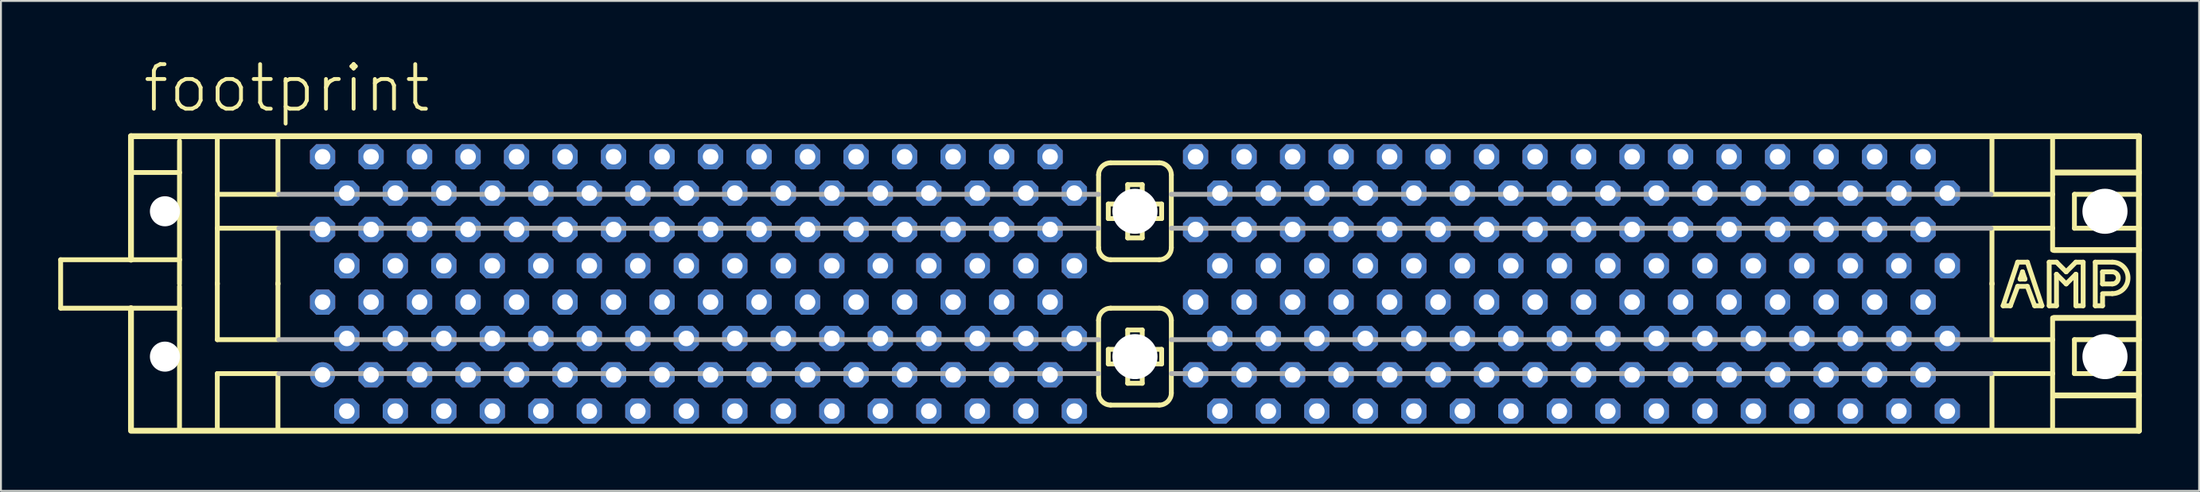
<source format=kicad_pcb>
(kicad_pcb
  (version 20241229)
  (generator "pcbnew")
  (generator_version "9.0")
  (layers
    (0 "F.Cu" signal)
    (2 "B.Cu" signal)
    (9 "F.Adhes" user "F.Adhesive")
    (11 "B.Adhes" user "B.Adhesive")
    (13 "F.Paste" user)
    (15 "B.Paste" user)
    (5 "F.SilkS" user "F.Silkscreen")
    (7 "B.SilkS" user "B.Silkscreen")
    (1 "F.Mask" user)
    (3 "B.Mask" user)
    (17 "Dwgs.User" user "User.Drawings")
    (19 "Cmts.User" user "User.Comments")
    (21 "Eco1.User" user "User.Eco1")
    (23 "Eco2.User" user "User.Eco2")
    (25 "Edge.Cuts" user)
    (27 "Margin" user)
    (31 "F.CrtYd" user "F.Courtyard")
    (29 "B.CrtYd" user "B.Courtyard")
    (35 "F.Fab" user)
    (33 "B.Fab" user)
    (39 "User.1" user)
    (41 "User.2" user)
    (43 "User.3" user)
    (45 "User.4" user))
  (footprint "footprint"
    (layer "F.Cu")
    (at 56.388 11.836)
    (property "Reference" "footprint" (at -52.07 -8.89 0) (layer "F.SilkS") (effects (font (size 2.337 2.337) (thickness 0.203)) (justify left bottom)))
    (fp_line (start -56.261 -1.27) (end -56.261 1.27) (stroke (width 0.254) (type solid)) (layer "F.SilkS"))
    (fp_line (start -56.261 1.27) (end -52.578 1.27) (stroke (width 0.254) (type solid)) (layer "F.SilkS"))
    (fp_line (start -52.578 -7.747) (end -52.578 -1.27) (stroke (width 0.305) (type solid)) (layer "F.SilkS"))
    (fp_line (start -52.578 -7.747) (end 52.578 -7.747) (stroke (width 0.305) (type solid)) (layer "F.SilkS"))
    (fp_line (start -52.578 -1.27) (end -56.261 -1.27) (stroke (width 0.254) (type solid)) (layer "F.SilkS"))
    (fp_line (start -52.578 -1.27) (end -50.038 -1.27) (stroke (width 0.254) (type solid)) (layer "F.SilkS"))
    (fp_line (start -52.578 1.27) (end -52.578 7.62) (stroke (width 0.305) (type solid)) (layer "F.SilkS"))
    (fp_line (start -52.578 1.27) (end -50.038 1.27) (stroke (width 0.254) (type solid)) (layer "F.SilkS"))
    (fp_line (start -52.451 -5.842) (end -50.038 -5.842) (stroke (width 0.254) (type solid)) (layer "F.SilkS"))
    (fp_line (start -50.038 -7.493) (end -50.038 -5.842) (stroke (width 0.254) (type solid)) (layer "F.SilkS"))
    (fp_line (start -50.038 -5.842) (end -50.038 -1.27) (stroke (width 0.254) (type solid)) (layer "F.SilkS"))
    (fp_line (start -50.038 -1.27) (end -50.038 0) (stroke (width 0.254) (type solid)) (layer "F.SilkS"))
    (fp_line (start -50.038 0.127) (end -50.038 1.27) (stroke (width 0.254) (type solid)) (layer "F.SilkS"))
    (fp_line (start -50.038 1.27) (end -50.038 7.62) (stroke (width 0.254) (type solid)) (layer "F.SilkS"))
    (fp_line (start -48.057 -7.671) (end -48.057 -4.699) (stroke (width 0.254) (type solid)) (layer "F.SilkS"))
    (fp_line (start -48.057 -4.699) (end -48.057 -2.921) (stroke (width 0.254) (type solid)) (layer "F.SilkS"))
    (fp_line (start -48.057 -4.699) (end -44.958 -4.699) (stroke (width 0.254) (type solid)) (layer "F.SilkS"))
    (fp_line (start -48.057 -2.921) (end -48.057 0) (stroke (width 0.254) (type solid)) (layer "F.SilkS"))
    (fp_line (start -48.057 -2.921) (end -44.958 -2.921) (stroke (width 0.254) (type solid)) (layer "F.SilkS"))
    (fp_line (start -48.057 -0.051) (end -48.057 0) (stroke (width 0.254) (type solid)) (layer "F.SilkS"))
    (fp_line (start -48.057 0) (end -48.057 2.921) (stroke (width 0.254) (type solid)) (layer "F.SilkS"))
    (fp_line (start -48.057 2.921) (end -44.958 2.921) (stroke (width 0.254) (type solid)) (layer "F.SilkS"))
    (fp_line (start -48.057 4.699) (end -48.057 7.62) (stroke (width 0.254) (type solid)) (layer "F.SilkS"))
    (fp_line (start -48.057 4.699) (end -44.958 4.699) (stroke (width 0.254) (type solid)) (layer "F.SilkS"))
    (fp_line (start -44.882 -7.671) (end -44.882 -4.699) (stroke (width 0.254) (type solid)) (layer "F.SilkS"))
    (fp_line (start -44.882 -2.921) (end -44.882 0) (stroke (width 0.254) (type solid)) (layer "F.SilkS"))
    (fp_line (start -44.882 -0.051) (end -44.882 0) (stroke (width 0.254) (type solid)) (layer "F.SilkS"))
    (fp_line (start -44.882 0) (end -44.882 2.921) (stroke (width 0.254) (type solid)) (layer "F.SilkS"))
    (fp_line (start -44.882 4.699) (end -44.882 7.62) (stroke (width 0.254) (type solid)) (layer "F.SilkS"))
    (fp_line (start -1.905 -5.715) (end -1.905 -1.905) (stroke (width 0.254) (type solid)) (layer "F.SilkS"))
    (fp_line (start -1.905 1.905) (end -1.905 5.715) (stroke (width 0.254) (type solid)) (layer "F.SilkS"))
    (fp_line (start -1.397 -4.191) (end -1.397 -3.429) (stroke (width 0.254) (type solid)) (layer "F.SilkS"))
    (fp_line (start -1.397 -3.429) (end -0.381 -3.429) (stroke (width 0.254) (type solid)) (layer "F.SilkS"))
    (fp_line (start -1.397 3.429) (end -1.397 4.191) (stroke (width 0.254) (type solid)) (layer "F.SilkS"))
    (fp_line (start -1.397 4.191) (end -0.381 4.191) (stroke (width 0.254) (type solid)) (layer "F.SilkS"))
    (fp_line (start -1.27 -1.27) (end 1.27 -1.27) (stroke (width 0.254) (type solid)) (layer "F.SilkS"))
    (fp_line (start -1.27 6.35) (end 1.27 6.35) (stroke (width 0.254) (type solid)) (layer "F.SilkS"))
    (fp_line (start -0.381 -5.207) (end -0.381 -4.191) (stroke (width 0.254) (type solid)) (layer "F.SilkS"))
    (fp_line (start -0.381 -4.191) (end -1.397 -4.191) (stroke (width 0.254) (type solid)) (layer "F.SilkS"))
    (fp_line (start -0.381 -3.429) (end -0.381 -2.413) (stroke (width 0.254) (type solid)) (layer "F.SilkS"))
    (fp_line (start -0.381 -2.413) (end 0.381 -2.413) (stroke (width 0.254) (type solid)) (layer "F.SilkS"))
    (fp_line (start -0.381 2.413) (end -0.381 3.429) (stroke (width 0.254) (type solid)) (layer "F.SilkS"))
    (fp_line (start -0.381 3.429) (end -1.397 3.429) (stroke (width 0.254) (type solid)) (layer "F.SilkS"))
    (fp_line (start -0.381 4.191) (end -0.381 5.207) (stroke (width 0.254) (type solid)) (layer "F.SilkS"))
    (fp_line (start -0.381 5.207) (end 0.381 5.207) (stroke (width 0.254) (type solid)) (layer "F.SilkS"))
    (fp_line (start 0.381 -5.207) (end -0.381 -5.207) (stroke (width 0.254) (type solid)) (layer "F.SilkS"))
    (fp_line (start 0.381 -4.191) (end 0.381 -5.207) (stroke (width 0.254) (type solid)) (layer "F.SilkS"))
    (fp_line (start 0.381 -3.429) (end 1.397 -3.429) (stroke (width 0.254) (type solid)) (layer "F.SilkS"))
    (fp_line (start 0.381 -2.413) (end 0.381 -3.429) (stroke (width 0.254) (type solid)) (layer "F.SilkS"))
    (fp_line (start 0.381 2.413) (end -0.381 2.413) (stroke (width 0.254) (type solid)) (layer "F.SilkS"))
    (fp_line (start 0.381 3.429) (end 0.381 2.413) (stroke (width 0.254) (type solid)) (layer "F.SilkS"))
    (fp_line (start 0.381 4.191) (end 1.397 4.191) (stroke (width 0.254) (type solid)) (layer "F.SilkS"))
    (fp_line (start 0.381 5.207) (end 0.381 4.191) (stroke (width 0.254) (type solid)) (layer "F.SilkS"))
    (fp_line (start 1.27 -6.35) (end -1.27 -6.35) (stroke (width 0.254) (type solid)) (layer "F.SilkS"))
    (fp_line (start 1.27 1.27) (end -1.27 1.27) (stroke (width 0.254) (type solid)) (layer "F.SilkS"))
    (fp_line (start 1.397 -4.191) (end 0.381 -4.191) (stroke (width 0.254) (type solid)) (layer "F.SilkS"))
    (fp_line (start 1.397 -3.429) (end 1.397 -4.191) (stroke (width 0.254) (type solid)) (layer "F.SilkS"))
    (fp_line (start 1.397 3.429) (end 0.381 3.429) (stroke (width 0.254) (type solid)) (layer "F.SilkS"))
    (fp_line (start 1.397 4.191) (end 1.397 3.429) (stroke (width 0.254) (type solid)) (layer "F.SilkS"))
    (fp_line (start 1.905 -1.905) (end 1.905 -5.715) (stroke (width 0.254) (type solid)) (layer "F.SilkS"))
    (fp_line (start 1.905 5.715) (end 1.905 1.905) (stroke (width 0.254) (type solid)) (layer "F.SilkS"))
    (fp_line (start 44.882 -7.671) (end 44.882 -4.699) (stroke (width 0.254) (type solid)) (layer "F.SilkS"))
    (fp_line (start 44.882 -2.921) (end 44.882 0) (stroke (width 0.254) (type solid)) (layer "F.SilkS"))
    (fp_line (start 44.882 -0.051) (end 44.882 0) (stroke (width 0.254) (type solid)) (layer "F.SilkS"))
    (fp_line (start 44.882 0) (end 44.882 2.921) (stroke (width 0.254) (type solid)) (layer "F.SilkS"))
    (fp_line (start 44.882 4.699) (end 44.882 7.62) (stroke (width 0.254) (type solid)) (layer "F.SilkS"))
    (fp_line (start 45.466 1.143) (end 46.228 -1.143) (stroke (width 0.254) (type solid)) (layer "F.SilkS"))
    (fp_line (start 45.847 1.143) (end 45.466 1.143) (stroke (width 0.254) (type solid)) (layer "F.SilkS"))
    (fp_line (start 46.228 -1.143) (end 46.736 -1.143) (stroke (width 0.254) (type solid)) (layer "F.SilkS"))
    (fp_line (start 46.228 0.127) (end 45.847 1.143) (stroke (width 0.254) (type solid)) (layer "F.SilkS"))
    (fp_line (start 46.355 -0.254) (end 46.609 -0.254) (stroke (width 0.254) (type solid)) (layer "F.SilkS"))
    (fp_line (start 46.482 -0.635) (end 46.355 -0.254) (stroke (width 0.254) (type solid)) (layer "F.SilkS"))
    (fp_line (start 46.609 -0.254) (end 46.482 -0.635) (stroke (width 0.254) (type solid)) (layer "F.SilkS"))
    (fp_line (start 46.736 -1.143) (end 47.498 1.143) (stroke (width 0.254) (type solid)) (layer "F.SilkS"))
    (fp_line (start 46.736 0.127) (end 46.228 0.127) (stroke (width 0.254) (type solid)) (layer "F.SilkS"))
    (fp_line (start 47.117 1.143) (end 46.736 0.127) (stroke (width 0.254) (type solid)) (layer "F.SilkS"))
    (fp_line (start 47.498 1.143) (end 47.117 1.143) (stroke (width 0.254) (type solid)) (layer "F.SilkS"))
    (fp_line (start 47.879 -1.143) (end 48.26 -1.143) (stroke (width 0.254) (type solid)) (layer "F.SilkS"))
    (fp_line (start 47.879 1.143) (end 47.879 -1.143) (stroke (width 0.254) (type solid)) (layer "F.SilkS"))
    (fp_line (start 48.057 -7.671) (end 48.057 -4.699) (stroke (width 0.254) (type solid)) (layer "F.SilkS"))
    (fp_line (start 48.057 -4.699) (end 44.958 -4.699) (stroke (width 0.254) (type solid)) (layer "F.SilkS"))
    (fp_line (start 48.057 -4.699) (end 48.057 -2.921) (stroke (width 0.254) (type solid)) (layer "F.SilkS"))
    (fp_line (start 48.057 -2.921) (end 44.958 -2.921) (stroke (width 0.254) (type solid)) (layer "F.SilkS"))
    (fp_line (start 48.057 -2.921) (end 48.057 -1.778) (stroke (width 0.254) (type solid)) (layer "F.SilkS"))
    (fp_line (start 48.057 1.778) (end 48.057 2.921) (stroke (width 0.254) (type solid)) (layer "F.SilkS"))
    (fp_line (start 48.057 2.921) (end 44.958 2.921) (stroke (width 0.254) (type solid)) (layer "F.SilkS"))
    (fp_line (start 48.057 2.921) (end 48.057 4.699) (stroke (width 0.254) (type solid)) (layer "F.SilkS"))
    (fp_line (start 48.057 4.699) (end 44.958 4.699) (stroke (width 0.254) (type solid)) (layer "F.SilkS"))
    (fp_line (start 48.057 4.699) (end 48.057 7.62) (stroke (width 0.254) (type solid)) (layer "F.SilkS"))
    (fp_line (start 48.26 -1.143) (end 48.768 -0.635) (stroke (width 0.254) (type solid)) (layer "F.SilkS"))
    (fp_line (start 48.26 -0.508) (end 48.26 1.143) (stroke (width 0.254) (type solid)) (layer "F.SilkS"))
    (fp_line (start 48.26 1.143) (end 47.879 1.143) (stroke (width 0.254) (type solid)) (layer "F.SilkS"))
    (fp_line (start 48.768 -0.635) (end 49.276 -1.143) (stroke (width 0.254) (type solid)) (layer "F.SilkS"))
    (fp_line (start 48.768 0) (end 48.26 -0.508) (stroke (width 0.254) (type solid)) (layer "F.SilkS"))
    (fp_line (start 49.2 -4.699) (end 49.2 -2.921) (stroke (width 0.254) (type solid)) (layer "F.SilkS"))
    (fp_line (start 49.2 2.921) (end 49.2 4.699) (stroke (width 0.254) (type solid)) (layer "F.SilkS"))
    (fp_line (start 49.276 -1.143) (end 49.657 -1.143) (stroke (width 0.254) (type solid)) (layer "F.SilkS"))
    (fp_line (start 49.276 -0.508) (end 48.768 0) (stroke (width 0.254) (type solid)) (layer "F.SilkS"))
    (fp_line (start 49.276 1.143) (end 49.276 -0.508) (stroke (width 0.254) (type solid)) (layer "F.SilkS"))
    (fp_line (start 49.657 -1.143) (end 49.657 1.143) (stroke (width 0.254) (type solid)) (layer "F.SilkS"))
    (fp_line (start 49.657 1.143) (end 49.276 1.143) (stroke (width 0.254) (type solid)) (layer "F.SilkS"))
    (fp_line (start 50.292 -1.143) (end 51.181 -1.143) (stroke (width 0.254) (type solid)) (layer "F.SilkS"))
    (fp_line (start 50.292 1.143) (end 50.292 -1.143) (stroke (width 0.254) (type solid)) (layer "F.SilkS"))
    (fp_line (start 50.292 1.143) (end 50.673 1.143) (stroke (width 0.254) (type solid)) (layer "F.SilkS"))
    (fp_line (start 50.673 -0.635) (end 51.181 -0.635) (stroke (width 0.254) (type solid)) (layer "F.SilkS"))
    (fp_line (start 50.673 0) (end 50.673 -0.635) (stroke (width 0.254) (type solid)) (layer "F.SilkS"))
    (fp_line (start 50.673 0.508) (end 51.181 0.508) (stroke (width 0.254) (type solid)) (layer "F.SilkS"))
    (fp_line (start 50.673 1.143) (end 50.673 0.635) (stroke (width 0.254) (type solid)) (layer "F.SilkS"))
    (fp_line (start 51.181 0) (end 50.673 0) (stroke (width 0.254) (type solid)) (layer "F.SilkS"))
    (fp_line (start 52.578 -7.747) (end 52.578 -5.842) (stroke (width 0.305) (type solid)) (layer "F.SilkS"))
    (fp_line (start 52.578 -5.842) (end 48.133 -5.842) (stroke (width 0.305) (type solid)) (layer "F.SilkS"))
    (fp_line (start 52.578 -5.842) (end 52.578 -4.699) (stroke (width 0.305) (type solid)) (layer "F.SilkS"))
    (fp_line (start 52.578 -4.699) (end 49.2 -4.699) (stroke (width 0.254) (type solid)) (layer "F.SilkS"))
    (fp_line (start 52.578 -4.699) (end 52.578 -2.921) (stroke (width 0.305) (type solid)) (layer "F.SilkS"))
    (fp_line (start 52.578 -2.921) (end 49.2 -2.921) (stroke (width 0.254) (type solid)) (layer "F.SilkS"))
    (fp_line (start 52.578 -2.921) (end 52.578 -1.778) (stroke (width 0.305) (type solid)) (layer "F.SilkS"))
    (fp_line (start 52.578 -1.778) (end 48.133 -1.778) (stroke (width 0.305) (type solid)) (layer "F.SilkS"))
    (fp_line (start 52.578 -1.778) (end 52.578 1.778) (stroke (width 0.305) (type solid)) (layer "F.SilkS"))
    (fp_line (start 52.578 1.778) (end 48.133 1.778) (stroke (width 0.305) (type solid)) (layer "F.SilkS"))
    (fp_line (start 52.578 1.778) (end 52.578 2.921) (stroke (width 0.305) (type solid)) (layer "F.SilkS"))
    (fp_line (start 52.578 2.921) (end 49.2 2.921) (stroke (width 0.254) (type solid)) (layer "F.SilkS"))
    (fp_line (start 52.578 2.921) (end 52.578 4.699) (stroke (width 0.305) (type solid)) (layer "F.SilkS"))
    (fp_line (start 52.578 4.699) (end 49.2 4.699) (stroke (width 0.254) (type solid)) (layer "F.SilkS"))
    (fp_line (start 52.578 4.699) (end 52.578 5.842) (stroke (width 0.305) (type solid)) (layer "F.SilkS"))
    (fp_line (start 52.578 5.842) (end 48.133 5.842) (stroke (width 0.305) (type solid)) (layer "F.SilkS"))
    (fp_line (start 52.578 5.842) (end 52.578 7.696) (stroke (width 0.305) (type solid)) (layer "F.SilkS"))
    (fp_line (start 52.578 7.696) (end -52.578 7.696) (stroke (width 0.305) (type solid)) (layer "F.SilkS"))
    (fp_arc (start -1.905 -5.715) (mid -1.719013 -6.164013) (end -1.27 -6.35) (stroke (width 0.254) (type solid)) (layer "F.SilkS"))
    (fp_arc (start -1.905 1.905) (mid -1.719013 1.455987) (end -1.27 1.27) (stroke (width 0.254) (type solid)) (layer "F.SilkS"))
    (fp_arc (start -1.27 -1.27) (mid -1.719013 -1.455987) (end -1.905 -1.905) (stroke (width 0.254) (type solid)) (layer "F.SilkS"))
    (fp_arc (start -1.27 6.35) (mid -1.719013 6.164013) (end -1.905 5.715) (stroke (width 0.254) (type solid)) (layer "F.SilkS"))
    (fp_arc (start 1.27 -6.35) (mid 1.719013 -6.164013) (end 1.905 -5.715) (stroke (width 0.254) (type solid)) (layer "F.SilkS"))
    (fp_arc (start 1.27 1.27) (mid 1.719013 1.455987) (end 1.905 1.905) (stroke (width 0.254) (type solid)) (layer "F.SilkS"))
    (fp_arc (start 1.905 -1.905) (mid 1.719013 -1.455987) (end 1.27 -1.27) (stroke (width 0.254) (type solid)) (layer "F.SilkS"))
    (fp_arc (start 1.905 5.715) (mid 1.719013 6.164013) (end 1.27 6.35) (stroke (width 0.254) (type solid)) (layer "F.SilkS"))
    (fp_arc (start 51.181 -1.143) (mid 52.0065 -0.3175) (end 51.181 0.508) (stroke (width 0.254) (type solid)) (layer "F.SilkS"))
    (fp_arc (start 51.181 -0.635) (mid 51.4985 -0.3175) (end 51.181 0) (stroke (width 0.254) (type solid)) (layer "F.SilkS"))
    (fp_line (start -44.831 -4.699) (end -1.905 -4.699) (stroke (width 0.254) (type solid)) (layer "F.Fab"))
    (fp_line (start -44.831 -2.921) (end -1.905 -2.921) (stroke (width 0.254) (type solid)) (layer "F.Fab"))
    (fp_line (start -44.831 2.921) (end -1.905 2.921) (stroke (width 0.254) (type solid)) (layer "F.Fab"))
    (fp_line (start -44.831 4.699) (end -1.905 4.699) (stroke (width 0.254) (type solid)) (layer "F.Fab"))
    (fp_line (start 1.905 -4.699) (end 44.831 -4.699) (stroke (width 0.254) (type solid)) (layer "F.Fab"))
    (fp_line (start 1.905 -2.921) (end 44.831 -2.921) (stroke (width 0.254) (type solid)) (layer "F.Fab"))
    (fp_line (start 1.905 2.921) (end 44.831 2.921) (stroke (width 0.254) (type solid)) (layer "F.Fab"))
    (fp_line (start 1.905 4.699) (end 44.831 4.699) (stroke (width 0.254) (type solid)) (layer "F.Fab"))
    (pad "" np_thru_hole circle (at -50.8 -3.81) (size 1.575 1.575) (drill 1.575) (layers "*.Cu" "*.Mask"))
    (pad "" np_thru_hole circle (at -50.8 3.81) (size 1.575 1.575) (drill 1.575) (layers "*.Cu" "*.Mask"))
    (pad "" np_thru_hole circle (at 0 -3.81) (size 2.362 2.362) (drill 2.362) (layers "*.Cu" "*.Mask"))
    (pad "" np_thru_hole circle (at 0 3.81) (size 2.362 2.362) (drill 2.362) (layers "*.Cu" "*.Mask"))
    (pad "" np_thru_hole circle (at 50.8 -3.81) (size 2.362 2.362) (drill 2.362) (layers "*.Cu" "*.Mask"))
    (pad "" np_thru_hole circle (at 50.8 3.81) (size 2.362 2.362) (drill 2.362) (layers "*.Cu" "*.Mask"))
    (pad "1" thru_hole circle (at -42.545 4.763) (size 1.321 1.321) (drill 0.813) (layers "*.Cu" "*.Mask"))
    (pad "2" thru_hole roundrect (at -41.275 6.668) (size 1.321 1.321) (drill 0.813) (layers "*.Cu" "*.Mask") (roundrect_rratio 0.25) (chamfer_ratio 0.25) (chamfer top_left top_right bottom_left bottom_right))
    (pad "3" thru_hole roundrect (at -40.005 4.763) (size 1.321 1.321) (drill 0.813) (layers "*.Cu" "*.Mask") (roundrect_rratio 0.25) (chamfer_ratio 0.25) (chamfer top_left top_right bottom_left bottom_right))
    (pad "4" thru_hole roundrect (at -38.735 6.668) (size 1.321 1.321) (drill 0.813) (layers "*.Cu" "*.Mask") (roundrect_rratio 0.25) (chamfer_ratio 0.25) (chamfer top_left top_right bottom_left bottom_right))
    (pad "5" thru_hole roundrect (at -37.465 4.763) (size 1.321 1.321) (drill 0.813) (layers "*.Cu" "*.Mask") (roundrect_rratio 0.25) (chamfer_ratio 0.25) (chamfer top_left top_right bottom_left bottom_right))
    (pad "6" thru_hole roundrect (at -36.195 6.668) (size 1.321 1.321) (drill 0.813) (layers "*.Cu" "*.Mask") (roundrect_rratio 0.25) (chamfer_ratio 0.25) (chamfer top_left top_right bottom_left bottom_right))
    (pad "7" thru_hole roundrect (at -34.925 4.763) (size 1.321 1.321) (drill 0.813) (layers "*.Cu" "*.Mask") (roundrect_rratio 0.25) (chamfer_ratio 0.25) (chamfer top_left top_right bottom_left bottom_right))
    (pad "8" thru_hole roundrect (at -33.655 6.668) (size 1.321 1.321) (drill 0.813) (layers "*.Cu" "*.Mask") (roundrect_rratio 0.25) (chamfer_ratio 0.25) (chamfer top_left top_right bottom_left bottom_right))
    (pad "9" thru_hole roundrect (at -32.385 4.763) (size 1.321 1.321) (drill 0.813) (layers "*.Cu" "*.Mask") (roundrect_rratio 0.25) (chamfer_ratio 0.25) (chamfer top_left top_right bottom_left bottom_right))
    (pad "10" thru_hole roundrect (at -31.115 6.668) (size 1.321 1.321) (drill 0.813) (layers "*.Cu" "*.Mask") (roundrect_rratio 0.25) (chamfer_ratio 0.25) (chamfer top_left top_right bottom_left bottom_right))
    (pad "11" thru_hole roundrect (at -29.845 4.763) (size 1.321 1.321) (drill 0.813) (layers "*.Cu" "*.Mask") (roundrect_rratio 0.25) (chamfer_ratio 0.25) (chamfer top_left top_right bottom_left bottom_right))
    (pad "12" thru_hole roundrect (at -28.575 6.668) (size 1.321 1.321) (drill 0.813) (layers "*.Cu" "*.Mask") (roundrect_rratio 0.25) (chamfer_ratio 0.25) (chamfer top_left top_right bottom_left bottom_right))
    (pad "13" thru_hole roundrect (at -27.305 4.763) (size 1.321 1.321) (drill 0.813) (layers "*.Cu" "*.Mask") (roundrect_rratio 0.25) (chamfer_ratio 0.25) (chamfer top_left top_right bottom_left bottom_right))
    (pad "14" thru_hole roundrect (at -26.035 6.668) (size 1.321 1.321) (drill 0.813) (layers "*.Cu" "*.Mask") (roundrect_rratio 0.25) (chamfer_ratio 0.25) (chamfer top_left top_right bottom_left bottom_right))
    (pad "15" thru_hole roundrect (at -24.765 4.763) (size 1.321 1.321) (drill 0.813) (layers "*.Cu" "*.Mask") (roundrect_rratio 0.25) (chamfer_ratio 0.25) (chamfer top_left top_right bottom_left bottom_right))
    (pad "16" thru_hole roundrect (at -23.495 6.668) (size 1.321 1.321) (drill 0.813) (layers "*.Cu" "*.Mask") (roundrect_rratio 0.25) (chamfer_ratio 0.25) (chamfer top_left top_right bottom_left bottom_right))
    (pad "17" thru_hole roundrect (at -22.225 4.763) (size 1.321 1.321) (drill 0.813) (layers "*.Cu" "*.Mask") (roundrect_rratio 0.25) (chamfer_ratio 0.25) (chamfer top_left top_right bottom_left bottom_right))
    (pad "18" thru_hole roundrect (at -20.955 6.668) (size 1.321 1.321) (drill 0.813) (layers "*.Cu" "*.Mask") (roundrect_rratio 0.25) (chamfer_ratio 0.25) (chamfer top_left top_right bottom_left bottom_right))
    (pad "19" thru_hole roundrect (at -19.685 4.763) (size 1.321 1.321) (drill 0.813) (layers "*.Cu" "*.Mask") (roundrect_rratio 0.25) (chamfer_ratio 0.25) (chamfer top_left top_right bottom_left bottom_right))
    (pad "20" thru_hole roundrect (at -18.415 6.668) (size 1.321 1.321) (drill 0.813) (layers "*.Cu" "*.Mask") (roundrect_rratio 0.25) (chamfer_ratio 0.25) (chamfer top_left top_right bottom_left bottom_right))
    (pad "21" thru_hole roundrect (at -17.145 4.763) (size 1.321 1.321) (drill 0.813) (layers "*.Cu" "*.Mask") (roundrect_rratio 0.25) (chamfer_ratio 0.25) (chamfer top_left top_right bottom_left bottom_right))
    (pad "22" thru_hole roundrect (at -15.875 6.668) (size 1.321 1.321) (drill 0.813) (layers "*.Cu" "*.Mask") (roundrect_rratio 0.25) (chamfer_ratio 0.25) (chamfer top_left top_right bottom_left bottom_right))
    (pad "23" thru_hole roundrect (at -14.605 4.763) (size 1.321 1.321) (drill 0.813) (layers "*.Cu" "*.Mask") (roundrect_rratio 0.25) (chamfer_ratio 0.25) (chamfer top_left top_right bottom_left bottom_right))
    (pad "24" thru_hole roundrect (at -13.335 6.668) (size 1.321 1.321) (drill 0.813) (layers "*.Cu" "*.Mask") (roundrect_rratio 0.25) (chamfer_ratio 0.25) (chamfer top_left top_right bottom_left bottom_right))
    (pad "25" thru_hole roundrect (at -12.065 4.763) (size 1.321 1.321) (drill 0.813) (layers "*.Cu" "*.Mask") (roundrect_rratio 0.25) (chamfer_ratio 0.25) (chamfer top_left top_right bottom_left bottom_right))
    (pad "26" thru_hole roundrect (at -10.795 6.668) (size 1.321 1.321) (drill 0.813) (layers "*.Cu" "*.Mask") (roundrect_rratio 0.25) (chamfer_ratio 0.25) (chamfer top_left top_right bottom_left bottom_right))
    (pad "27" thru_hole roundrect (at -9.525 4.763) (size 1.321 1.321) (drill 0.813) (layers "*.Cu" "*.Mask") (roundrect_rratio 0.25) (chamfer_ratio 0.25) (chamfer top_left top_right bottom_left bottom_right))
    (pad "28" thru_hole roundrect (at -8.255 6.668) (size 1.321 1.321) (drill 0.813) (layers "*.Cu" "*.Mask") (roundrect_rratio 0.25) (chamfer_ratio 0.25) (chamfer top_left top_right bottom_left bottom_right))
    (pad "29" thru_hole roundrect (at -6.985 4.763) (size 1.321 1.321) (drill 0.813) (layers "*.Cu" "*.Mask") (roundrect_rratio 0.25) (chamfer_ratio 0.25) (chamfer top_left top_right bottom_left bottom_right))
    (pad "30" thru_hole roundrect (at -5.715 6.668) (size 1.321 1.321) (drill 0.813) (layers "*.Cu" "*.Mask") (roundrect_rratio 0.25) (chamfer_ratio 0.25) (chamfer top_left top_right bottom_left bottom_right))
    (pad "31" thru_hole roundrect (at -4.445 4.763) (size 1.321 1.321) (drill 0.813) (layers "*.Cu" "*.Mask") (roundrect_rratio 0.25) (chamfer_ratio 0.25) (chamfer top_left top_right bottom_left bottom_right))
    (pad "32" thru_hole roundrect (at -3.175 6.668) (size 1.321 1.321) (drill 0.813) (layers "*.Cu" "*.Mask") (roundrect_rratio 0.25) (chamfer_ratio 0.25) (chamfer top_left top_right bottom_left bottom_right))
    (pad "33" thru_hole roundrect (at 3.175 4.763) (size 1.321 1.321) (drill 0.813) (layers "*.Cu" "*.Mask") (roundrect_rratio 0.25) (chamfer_ratio 0.25) (chamfer top_left top_right bottom_left bottom_right))
    (pad "34" thru_hole roundrect (at 4.445 6.668) (size 1.321 1.321) (drill 0.813) (layers "*.Cu" "*.Mask") (roundrect_rratio 0.25) (chamfer_ratio 0.25) (chamfer top_left top_right bottom_left bottom_right))
    (pad "35" thru_hole roundrect (at 5.715 4.763) (size 1.321 1.321) (drill 0.813) (layers "*.Cu" "*.Mask") (roundrect_rratio 0.25) (chamfer_ratio 0.25) (chamfer top_left top_right bottom_left bottom_right))
    (pad "36" thru_hole roundrect (at 6.985 6.668) (size 1.321 1.321) (drill 0.813) (layers "*.Cu" "*.Mask") (roundrect_rratio 0.25) (chamfer_ratio 0.25) (chamfer top_left top_right bottom_left bottom_right))
    (pad "37" thru_hole roundrect (at 8.255 4.763) (size 1.321 1.321) (drill 0.813) (layers "*.Cu" "*.Mask") (roundrect_rratio 0.25) (chamfer_ratio 0.25) (chamfer top_left top_right bottom_left bottom_right))
    (pad "38" thru_hole roundrect (at 9.525 6.668) (size 1.321 1.321) (drill 0.813) (layers "*.Cu" "*.Mask") (roundrect_rratio 0.25) (chamfer_ratio 0.25) (chamfer top_left top_right bottom_left bottom_right))
    (pad "39" thru_hole roundrect (at 10.795 4.763) (size 1.321 1.321) (drill 0.813) (layers "*.Cu" "*.Mask") (roundrect_rratio 0.25) (chamfer_ratio 0.25) (chamfer top_left top_right bottom_left bottom_right))
    (pad "40" thru_hole roundrect (at 12.065 6.668) (size 1.321 1.321) (drill 0.813) (layers "*.Cu" "*.Mask") (roundrect_rratio 0.25) (chamfer_ratio 0.25) (chamfer top_left top_right bottom_left bottom_right))
    (pad "41" thru_hole roundrect (at 13.335 4.763) (size 1.321 1.321) (drill 0.813) (layers "*.Cu" "*.Mask") (roundrect_rratio 0.25) (chamfer_ratio 0.25) (chamfer top_left top_right bottom_left bottom_right))
    (pad "42" thru_hole roundrect (at 14.605 6.668) (size 1.321 1.321) (drill 0.813) (layers "*.Cu" "*.Mask") (roundrect_rratio 0.25) (chamfer_ratio 0.25) (chamfer top_left top_right bottom_left bottom_right))
    (pad "43" thru_hole roundrect (at 15.875 4.763) (size 1.321 1.321) (drill 0.813) (layers "*.Cu" "*.Mask") (roundrect_rratio 0.25) (chamfer_ratio 0.25) (chamfer top_left top_right bottom_left bottom_right))
    (pad "44" thru_hole roundrect (at 17.145 6.668) (size 1.321 1.321) (drill 0.813) (layers "*.Cu" "*.Mask") (roundrect_rratio 0.25) (chamfer_ratio 0.25) (chamfer top_left top_right bottom_left bottom_right))
    (pad "45" thru_hole roundrect (at 18.415 4.763) (size 1.321 1.321) (drill 0.813) (layers "*.Cu" "*.Mask") (roundrect_rratio 0.25) (chamfer_ratio 0.25) (chamfer top_left top_right bottom_left bottom_right))
    (pad "46" thru_hole roundrect (at 19.685 6.668) (size 1.321 1.321) (drill 0.813) (layers "*.Cu" "*.Mask") (roundrect_rratio 0.25) (chamfer_ratio 0.25) (chamfer top_left top_right bottom_left bottom_right))
    (pad "47" thru_hole roundrect (at 20.955 4.763) (size 1.321 1.321) (drill 0.813) (layers "*.Cu" "*.Mask") (roundrect_rratio 0.25) (chamfer_ratio 0.25) (chamfer top_left top_right bottom_left bottom_right))
    (pad "48" thru_hole roundrect (at 22.225 6.668) (size 1.321 1.321) (drill 0.813) (layers "*.Cu" "*.Mask") (roundrect_rratio 0.25) (chamfer_ratio 0.25) (chamfer top_left top_right bottom_left bottom_right))
    (pad "49" thru_hole roundrect (at 23.495 4.763) (size 1.321 1.321) (drill 0.813) (layers "*.Cu" "*.Mask") (roundrect_rratio 0.25) (chamfer_ratio 0.25) (chamfer top_left top_right bottom_left bottom_right))
    (pad "50" thru_hole roundrect (at 24.765 6.668) (size 1.321 1.321) (drill 0.813) (layers "*.Cu" "*.Mask") (roundrect_rratio 0.25) (chamfer_ratio 0.25) (chamfer top_left top_right bottom_left bottom_right))
    (pad "51" thru_hole roundrect (at 26.035 4.763) (size 1.321 1.321) (drill 0.813) (layers "*.Cu" "*.Mask") (roundrect_rratio 0.25) (chamfer_ratio 0.25) (chamfer top_left top_right bottom_left bottom_right))
    (pad "52" thru_hole roundrect (at 27.305 6.668) (size 1.321 1.321) (drill 0.813) (layers "*.Cu" "*.Mask") (roundrect_rratio 0.25) (chamfer_ratio 0.25) (chamfer top_left top_right bottom_left bottom_right))
    (pad "53" thru_hole roundrect (at 28.575 4.763) (size 1.321 1.321) (drill 0.813) (layers "*.Cu" "*.Mask") (roundrect_rratio 0.25) (chamfer_ratio 0.25) (chamfer top_left top_right bottom_left bottom_right))
    (pad "54" thru_hole roundrect (at 29.845 6.668) (size 1.321 1.321) (drill 0.813) (layers "*.Cu" "*.Mask") (roundrect_rratio 0.25) (chamfer_ratio 0.25) (chamfer top_left top_right bottom_left bottom_right))
    (pad "55" thru_hole roundrect (at 31.115 4.763) (size 1.321 1.321) (drill 0.813) (layers "*.Cu" "*.Mask") (roundrect_rratio 0.25) (chamfer_ratio 0.25) (chamfer top_left top_right bottom_left bottom_right))
    (pad "56" thru_hole roundrect (at 32.385 6.668) (size 1.321 1.321) (drill 0.813) (layers "*.Cu" "*.Mask") (roundrect_rratio 0.25) (chamfer_ratio 0.25) (chamfer top_left top_right bottom_left bottom_right))
    (pad "57" thru_hole roundrect (at 33.655 4.763) (size 1.321 1.321) (drill 0.813) (layers "*.Cu" "*.Mask") (roundrect_rratio 0.25) (chamfer_ratio 0.25) (chamfer top_left top_right bottom_left bottom_right))
    (pad "58" thru_hole roundrect (at 34.925 6.668) (size 1.321 1.321) (drill 0.813) (layers "*.Cu" "*.Mask") (roundrect_rratio 0.25) (chamfer_ratio 0.25) (chamfer top_left top_right bottom_left bottom_right))
    (pad "59" thru_hole roundrect (at 36.195 4.763) (size 1.321 1.321) (drill 0.813) (layers "*.Cu" "*.Mask") (roundrect_rratio 0.25) (chamfer_ratio 0.25) (chamfer top_left top_right bottom_left bottom_right))
    (pad "60" thru_hole roundrect (at 37.465 6.668) (size 1.321 1.321) (drill 0.813) (layers "*.Cu" "*.Mask") (roundrect_rratio 0.25) (chamfer_ratio 0.25) (chamfer top_left top_right bottom_left bottom_right))
    (pad "61" thru_hole roundrect (at 38.735 4.763) (size 1.321 1.321) (drill 0.813) (layers "*.Cu" "*.Mask") (roundrect_rratio 0.25) (chamfer_ratio 0.25) (chamfer top_left top_right bottom_left bottom_right))
    (pad "62" thru_hole roundrect (at 40.005 6.668) (size 1.321 1.321) (drill 0.813) (layers "*.Cu" "*.Mask") (roundrect_rratio 0.25) (chamfer_ratio 0.25) (chamfer top_left top_right bottom_left bottom_right))
    (pad "63" thru_hole roundrect (at 41.275 4.763) (size 1.321 1.321) (drill 0.813) (layers "*.Cu" "*.Mask") (roundrect_rratio 0.25) (chamfer_ratio 0.25) (chamfer top_left top_right bottom_left bottom_right))
    (pad "64" thru_hole roundrect (at 42.545 6.668) (size 1.321 1.321) (drill 0.813) (layers "*.Cu" "*.Mask") (roundrect_rratio 0.25) (chamfer_ratio 0.25) (chamfer top_left top_right bottom_left bottom_right))
    (pad "65" thru_hole roundrect (at -42.545 0.953) (size 1.321 1.321) (drill 0.813) (layers "*.Cu" "*.Mask") (roundrect_rratio 0.25) (chamfer_ratio 0.25) (chamfer top_left top_right bottom_left bottom_right))
    (pad "66" thru_hole roundrect (at -41.275 2.857) (size 1.321 1.321) (drill 0.813) (layers "*.Cu" "*.Mask") (roundrect_rratio 0.25) (chamfer_ratio 0.25) (chamfer top_left top_right bottom_left bottom_right))
    (pad "67" thru_hole roundrect (at -40.005 0.953) (size 1.321 1.321) (drill 0.813) (layers "*.Cu" "*.Mask") (roundrect_rratio 0.25) (chamfer_ratio 0.25) (chamfer top_left top_right bottom_left bottom_right))
    (pad "68" thru_hole roundrect (at -38.735 2.857) (size 1.321 1.321) (drill 0.813) (layers "*.Cu" "*.Mask") (roundrect_rratio 0.25) (chamfer_ratio 0.25) (chamfer top_left top_right bottom_left bottom_right))
    (pad "69" thru_hole roundrect (at -37.465 0.953) (size 1.321 1.321) (drill 0.813) (layers "*.Cu" "*.Mask") (roundrect_rratio 0.25) (chamfer_ratio 0.25) (chamfer top_left top_right bottom_left bottom_right))
    (pad "70" thru_hole roundrect (at -36.195 2.857) (size 1.321 1.321) (drill 0.813) (layers "*.Cu" "*.Mask") (roundrect_rratio 0.25) (chamfer_ratio 0.25) (chamfer top_left top_right bottom_left bottom_right))
    (pad "71" thru_hole roundrect (at -34.925 0.953) (size 1.321 1.321) (drill 0.813) (layers "*.Cu" "*.Mask") (roundrect_rratio 0.25) (chamfer_ratio 0.25) (chamfer top_left top_right bottom_left bottom_right))
    (pad "72" thru_hole roundrect (at -33.655 2.857) (size 1.321 1.321) (drill 0.813) (layers "*.Cu" "*.Mask") (roundrect_rratio 0.25) (chamfer_ratio 0.25) (chamfer top_left top_right bottom_left bottom_right))
    (pad "73" thru_hole roundrect (at -32.385 0.953) (size 1.321 1.321) (drill 0.813) (layers "*.Cu" "*.Mask") (roundrect_rratio 0.25) (chamfer_ratio 0.25) (chamfer top_left top_right bottom_left bottom_right))
    (pad "74" thru_hole roundrect (at -31.115 2.857) (size 1.321 1.321) (drill 0.813) (layers "*.Cu" "*.Mask") (roundrect_rratio 0.25) (chamfer_ratio 0.25) (chamfer top_left top_right bottom_left bottom_right))
    (pad "75" thru_hole roundrect (at -29.845 0.953) (size 1.321 1.321) (drill 0.813) (layers "*.Cu" "*.Mask") (roundrect_rratio 0.25) (chamfer_ratio 0.25) (chamfer top_left top_right bottom_left bottom_right))
    (pad "76" thru_hole roundrect (at -28.575 2.857) (size 1.321 1.321) (drill 0.813) (layers "*.Cu" "*.Mask") (roundrect_rratio 0.25) (chamfer_ratio 0.25) (chamfer top_left top_right bottom_left bottom_right))
    (pad "77" thru_hole roundrect (at -27.305 0.953) (size 1.321 1.321) (drill 0.813) (layers "*.Cu" "*.Mask") (roundrect_rratio 0.25) (chamfer_ratio 0.25) (chamfer top_left top_right bottom_left bottom_right))
    (pad "78" thru_hole roundrect (at -26.035 2.857) (size 1.321 1.321) (drill 0.813) (layers "*.Cu" "*.Mask") (roundrect_rratio 0.25) (chamfer_ratio 0.25) (chamfer top_left top_right bottom_left bottom_right))
    (pad "79" thru_hole roundrect (at -24.765 0.953) (size 1.321 1.321) (drill 0.813) (layers "*.Cu" "*.Mask") (roundrect_rratio 0.25) (chamfer_ratio 0.25) (chamfer top_left top_right bottom_left bottom_right))
    (pad "80" thru_hole roundrect (at -23.495 2.857) (size 1.321 1.321) (drill 0.813) (layers "*.Cu" "*.Mask") (roundrect_rratio 0.25) (chamfer_ratio 0.25) (chamfer top_left top_right bottom_left bottom_right))
    (pad "81" thru_hole roundrect (at -22.225 0.953) (size 1.321 1.321) (drill 0.813) (layers "*.Cu" "*.Mask") (roundrect_rratio 0.25) (chamfer_ratio 0.25) (chamfer top_left top_right bottom_left bottom_right))
    (pad "82" thru_hole roundrect (at -20.955 2.857) (size 1.321 1.321) (drill 0.813) (layers "*.Cu" "*.Mask") (roundrect_rratio 0.25) (chamfer_ratio 0.25) (chamfer top_left top_right bottom_left bottom_right))
    (pad "83" thru_hole roundrect (at -19.685 0.953) (size 1.321 1.321) (drill 0.813) (layers "*.Cu" "*.Mask") (roundrect_rratio 0.25) (chamfer_ratio 0.25) (chamfer top_left top_right bottom_left bottom_right))
    (pad "84" thru_hole roundrect (at -18.415 2.857) (size 1.321 1.321) (drill 0.813) (layers "*.Cu" "*.Mask") (roundrect_rratio 0.25) (chamfer_ratio 0.25) (chamfer top_left top_right bottom_left bottom_right))
    (pad "85" thru_hole roundrect (at -17.145 0.953) (size 1.321 1.321) (drill 0.813) (layers "*.Cu" "*.Mask") (roundrect_rratio 0.25) (chamfer_ratio 0.25) (chamfer top_left top_right bottom_left bottom_right))
    (pad "86" thru_hole roundrect (at -15.875 2.857) (size 1.321 1.321) (drill 0.813) (layers "*.Cu" "*.Mask") (roundrect_rratio 0.25) (chamfer_ratio 0.25) (chamfer top_left top_right bottom_left bottom_right))
    (pad "87" thru_hole roundrect (at -14.605 0.953) (size 1.321 1.321) (drill 0.813) (layers "*.Cu" "*.Mask") (roundrect_rratio 0.25) (chamfer_ratio 0.25) (chamfer top_left top_right bottom_left bottom_right))
    (pad "88" thru_hole roundrect (at -13.335 2.857) (size 1.321 1.321) (drill 0.813) (layers "*.Cu" "*.Mask") (roundrect_rratio 0.25) (chamfer_ratio 0.25) (chamfer top_left top_right bottom_left bottom_right))
    (pad "89" thru_hole roundrect (at -12.065 0.953) (size 1.321 1.321) (drill 0.813) (layers "*.Cu" "*.Mask") (roundrect_rratio 0.25) (chamfer_ratio 0.25) (chamfer top_left top_right bottom_left bottom_right))
    (pad "90" thru_hole roundrect (at -10.795 2.857) (size 1.321 1.321) (drill 0.813) (layers "*.Cu" "*.Mask") (roundrect_rratio 0.25) (chamfer_ratio 0.25) (chamfer top_left top_right bottom_left bottom_right))
    (pad "91" thru_hole roundrect (at -9.525 0.953) (size 1.321 1.321) (drill 0.813) (layers "*.Cu" "*.Mask") (roundrect_rratio 0.25) (chamfer_ratio 0.25) (chamfer top_left top_right bottom_left bottom_right))
    (pad "92" thru_hole roundrect (at -8.255 2.857) (size 1.321 1.321) (drill 0.813) (layers "*.Cu" "*.Mask") (roundrect_rratio 0.25) (chamfer_ratio 0.25) (chamfer top_left top_right bottom_left bottom_right))
    (pad "93" thru_hole roundrect (at -6.985 0.953) (size 1.321 1.321) (drill 0.813) (layers "*.Cu" "*.Mask") (roundrect_rratio 0.25) (chamfer_ratio 0.25) (chamfer top_left top_right bottom_left bottom_right))
    (pad "94" thru_hole roundrect (at -5.715 2.857) (size 1.321 1.321) (drill 0.813) (layers "*.Cu" "*.Mask") (roundrect_rratio 0.25) (chamfer_ratio 0.25) (chamfer top_left top_right bottom_left bottom_right))
    (pad "95" thru_hole roundrect (at -4.445 0.953) (size 1.321 1.321) (drill 0.813) (layers "*.Cu" "*.Mask") (roundrect_rratio 0.25) (chamfer_ratio 0.25) (chamfer top_left top_right bottom_left bottom_right))
    (pad "96" thru_hole roundrect (at -3.175 2.857) (size 1.321 1.321) (drill 0.813) (layers "*.Cu" "*.Mask") (roundrect_rratio 0.25) (chamfer_ratio 0.25) (chamfer top_left top_right bottom_left bottom_right))
    (pad "97" thru_hole roundrect (at 3.175 0.953) (size 1.321 1.321) (drill 0.813) (layers "*.Cu" "*.Mask") (roundrect_rratio 0.25) (chamfer_ratio 0.25) (chamfer top_left top_right bottom_left bottom_right))
    (pad "98" thru_hole roundrect (at 4.445 2.857) (size 1.321 1.321) (drill 0.813) (layers "*.Cu" "*.Mask") (roundrect_rratio 0.25) (chamfer_ratio 0.25) (chamfer top_left top_right bottom_left bottom_right))
    (pad "99" thru_hole roundrect (at 5.715 0.953) (size 1.321 1.321) (drill 0.813) (layers "*.Cu" "*.Mask") (roundrect_rratio 0.25) (chamfer_ratio 0.25) (chamfer top_left top_right bottom_left bottom_right))
    (pad "100" thru_hole roundrect (at 6.985 2.857) (size 1.321 1.321) (drill 0.813) (layers "*.Cu" "*.Mask") (roundrect_rratio 0.25) (chamfer_ratio 0.25) (chamfer top_left top_right bottom_left bottom_right))
    (pad "101" thru_hole roundrect (at 8.255 0.953) (size 1.321 1.321) (drill 0.813) (layers "*.Cu" "*.Mask") (roundrect_rratio 0.25) (chamfer_ratio 0.25) (chamfer top_left top_right bottom_left bottom_right))
    (pad "102" thru_hole roundrect (at 9.525 2.857) (size 1.321 1.321) (drill 0.813) (layers "*.Cu" "*.Mask") (roundrect_rratio 0.25) (chamfer_ratio 0.25) (chamfer top_left top_right bottom_left bottom_right))
    (pad "103" thru_hole roundrect (at 10.795 0.953) (size 1.321 1.321) (drill 0.813) (layers "*.Cu" "*.Mask") (roundrect_rratio 0.25) (chamfer_ratio 0.25) (chamfer top_left top_right bottom_left bottom_right))
    (pad "104" thru_hole roundrect (at 12.065 2.857) (size 1.321 1.321) (drill 0.813) (layers "*.Cu" "*.Mask") (roundrect_rratio 0.25) (chamfer_ratio 0.25) (chamfer top_left top_right bottom_left bottom_right))
    (pad "105" thru_hole roundrect (at 13.335 0.953) (size 1.321 1.321) (drill 0.813) (layers "*.Cu" "*.Mask") (roundrect_rratio 0.25) (chamfer_ratio 0.25) (chamfer top_left top_right bottom_left bottom_right))
    (pad "106" thru_hole roundrect (at 14.605 2.857) (size 1.321 1.321) (drill 0.813) (layers "*.Cu" "*.Mask") (roundrect_rratio 0.25) (chamfer_ratio 0.25) (chamfer top_left top_right bottom_left bottom_right))
    (pad "107" thru_hole roundrect (at 15.875 0.953) (size 1.321 1.321) (drill 0.813) (layers "*.Cu" "*.Mask") (roundrect_rratio 0.25) (chamfer_ratio 0.25) (chamfer top_left top_right bottom_left bottom_right))
    (pad "108" thru_hole roundrect (at 17.145 2.857) (size 1.321 1.321) (drill 0.813) (layers "*.Cu" "*.Mask") (roundrect_rratio 0.25) (chamfer_ratio 0.25) (chamfer top_left top_right bottom_left bottom_right))
    (pad "109" thru_hole roundrect (at 18.415 0.953) (size 1.321 1.321) (drill 0.813) (layers "*.Cu" "*.Mask") (roundrect_rratio 0.25) (chamfer_ratio 0.25) (chamfer top_left top_right bottom_left bottom_right))
    (pad "110" thru_hole roundrect (at 19.685 2.857) (size 1.321 1.321) (drill 0.813) (layers "*.Cu" "*.Mask") (roundrect_rratio 0.25) (chamfer_ratio 0.25) (chamfer top_left top_right bottom_left bottom_right))
    (pad "111" thru_hole roundrect (at 20.955 0.953) (size 1.321 1.321) (drill 0.813) (layers "*.Cu" "*.Mask") (roundrect_rratio 0.25) (chamfer_ratio 0.25) (chamfer top_left top_right bottom_left bottom_right))
    (pad "112" thru_hole roundrect (at 22.225 2.857) (size 1.321 1.321) (drill 0.813) (layers "*.Cu" "*.Mask") (roundrect_rratio 0.25) (chamfer_ratio 0.25) (chamfer top_left top_right bottom_left bottom_right))
    (pad "113" thru_hole roundrect (at 23.495 0.953) (size 1.321 1.321) (drill 0.813) (layers "*.Cu" "*.Mask") (roundrect_rratio 0.25) (chamfer_ratio 0.25) (chamfer top_left top_right bottom_left bottom_right))
    (pad "114" thru_hole roundrect (at 24.765 2.857) (size 1.321 1.321) (drill 0.813) (layers "*.Cu" "*.Mask") (roundrect_rratio 0.25) (chamfer_ratio 0.25) (chamfer top_left top_right bottom_left bottom_right))
    (pad "115" thru_hole roundrect (at 26.035 0.953) (size 1.321 1.321) (drill 0.813) (layers "*.Cu" "*.Mask") (roundrect_rratio 0.25) (chamfer_ratio 0.25) (chamfer top_left top_right bottom_left bottom_right))
    (pad "116" thru_hole roundrect (at 27.305 2.857) (size 1.321 1.321) (drill 0.813) (layers "*.Cu" "*.Mask") (roundrect_rratio 0.25) (chamfer_ratio 0.25) (chamfer top_left top_right bottom_left bottom_right))
    (pad "117" thru_hole roundrect (at 28.575 0.953) (size 1.321 1.321) (drill 0.813) (layers "*.Cu" "*.Mask") (roundrect_rratio 0.25) (chamfer_ratio 0.25) (chamfer top_left top_right bottom_left bottom_right))
    (pad "118" thru_hole roundrect (at 29.845 2.857) (size 1.321 1.321) (drill 0.813) (layers "*.Cu" "*.Mask") (roundrect_rratio 0.25) (chamfer_ratio 0.25) (chamfer top_left top_right bottom_left bottom_right))
    (pad "119" thru_hole roundrect (at 31.115 0.953) (size 1.321 1.321) (drill 0.813) (layers "*.Cu" "*.Mask") (roundrect_rratio 0.25) (chamfer_ratio 0.25) (chamfer top_left top_right bottom_left bottom_right))
    (pad "120" thru_hole roundrect (at 32.385 2.857) (size 1.321 1.321) (drill 0.813) (layers "*.Cu" "*.Mask") (roundrect_rratio 0.25) (chamfer_ratio 0.25) (chamfer top_left top_right bottom_left bottom_right))
    (pad "121" thru_hole roundrect (at 33.655 0.953) (size 1.321 1.321) (drill 0.813) (layers "*.Cu" "*.Mask") (roundrect_rratio 0.25) (chamfer_ratio 0.25) (chamfer top_left top_right bottom_left bottom_right))
    (pad "122" thru_hole roundrect (at 34.925 2.857) (size 1.321 1.321) (drill 0.813) (layers "*.Cu" "*.Mask") (roundrect_rratio 0.25) (chamfer_ratio 0.25) (chamfer top_left top_right bottom_left bottom_right))
    (pad "123" thru_hole roundrect (at 36.195 0.953) (size 1.321 1.321) (drill 0.813) (layers "*.Cu" "*.Mask") (roundrect_rratio 0.25) (chamfer_ratio 0.25) (chamfer top_left top_right bottom_left bottom_right))
    (pad "124" thru_hole roundrect (at 37.465 2.857) (size 1.321 1.321) (drill 0.813) (layers "*.Cu" "*.Mask") (roundrect_rratio 0.25) (chamfer_ratio 0.25) (chamfer top_left top_right bottom_left bottom_right))
    (pad "125" thru_hole roundrect (at 38.735 0.953) (size 1.321 1.321) (drill 0.813) (layers "*.Cu" "*.Mask") (roundrect_rratio 0.25) (chamfer_ratio 0.25) (chamfer top_left top_right bottom_left bottom_right))
    (pad "126" thru_hole roundrect (at 40.005 2.857) (size 1.321 1.321) (drill 0.813) (layers "*.Cu" "*.Mask") (roundrect_rratio 0.25) (chamfer_ratio 0.25) (chamfer top_left top_right bottom_left bottom_right))
    (pad "127" thru_hole roundrect (at 41.275 0.953) (size 1.321 1.321) (drill 0.813) (layers "*.Cu" "*.Mask") (roundrect_rratio 0.25) (chamfer_ratio 0.25) (chamfer top_left top_right bottom_left bottom_right))
    (pad "128" thru_hole roundrect (at 42.545 2.857) (size 1.321 1.321) (drill 0.813) (layers "*.Cu" "*.Mask") (roundrect_rratio 0.25) (chamfer_ratio 0.25) (chamfer top_left top_right bottom_left bottom_right))
    (pad "129" thru_hole roundrect (at -42.545 -2.857) (size 1.321 1.321) (drill 0.813) (layers "*.Cu" "*.Mask") (roundrect_rratio 0.25) (chamfer_ratio 0.25) (chamfer top_left top_right bottom_left bottom_right))
    (pad "130" thru_hole roundrect (at -41.275 -0.953) (size 1.321 1.321) (drill 0.813) (layers "*.Cu" "*.Mask") (roundrect_rratio 0.25) (chamfer_ratio 0.25) (chamfer top_left top_right bottom_left bottom_right))
    (pad "131" thru_hole roundrect (at -40.005 -2.857) (size 1.321 1.321) (drill 0.813) (layers "*.Cu" "*.Mask") (roundrect_rratio 0.25) (chamfer_ratio 0.25) (chamfer top_left top_right bottom_left bottom_right))
    (pad "132" thru_hole roundrect (at -38.735 -0.953) (size 1.321 1.321) (drill 0.813) (layers "*.Cu" "*.Mask") (roundrect_rratio 0.25) (chamfer_ratio 0.25) (chamfer top_left top_right bottom_left bottom_right))
    (pad "133" thru_hole roundrect (at -37.465 -2.857) (size 1.321 1.321) (drill 0.813) (layers "*.Cu" "*.Mask") (roundrect_rratio 0.25) (chamfer_ratio 0.25) (chamfer top_left top_right bottom_left bottom_right))
    (pad "134" thru_hole roundrect (at -36.195 -0.953) (size 1.321 1.321) (drill 0.813) (layers "*.Cu" "*.Mask") (roundrect_rratio 0.25) (chamfer_ratio 0.25) (chamfer top_left top_right bottom_left bottom_right))
    (pad "135" thru_hole roundrect (at -34.925 -2.857) (size 1.321 1.321) (drill 0.813) (layers "*.Cu" "*.Mask") (roundrect_rratio 0.25) (chamfer_ratio 0.25) (chamfer top_left top_right bottom_left bottom_right))
    (pad "136" thru_hole roundrect (at -33.655 -0.953) (size 1.321 1.321) (drill 0.813) (layers "*.Cu" "*.Mask") (roundrect_rratio 0.25) (chamfer_ratio 0.25) (chamfer top_left top_right bottom_left bottom_right))
    (pad "137" thru_hole roundrect (at -32.385 -2.857) (size 1.321 1.321) (drill 0.813) (layers "*.Cu" "*.Mask") (roundrect_rratio 0.25) (chamfer_ratio 0.25) (chamfer top_left top_right bottom_left bottom_right))
    (pad "138" thru_hole roundrect (at -31.115 -0.953) (size 1.321 1.321) (drill 0.813) (layers "*.Cu" "*.Mask") (roundrect_rratio 0.25) (chamfer_ratio 0.25) (chamfer top_left top_right bottom_left bottom_right))
    (pad "139" thru_hole roundrect (at -29.845 -2.857) (size 1.321 1.321) (drill 0.813) (layers "*.Cu" "*.Mask") (roundrect_rratio 0.25) (chamfer_ratio 0.25) (chamfer top_left top_right bottom_left bottom_right))
    (pad "140" thru_hole roundrect (at -28.575 -0.953) (size 1.321 1.321) (drill 0.813) (layers "*.Cu" "*.Mask") (roundrect_rratio 0.25) (chamfer_ratio 0.25) (chamfer top_left top_right bottom_left bottom_right))
    (pad "141" thru_hole roundrect (at -27.305 -2.857) (size 1.321 1.321) (drill 0.813) (layers "*.Cu" "*.Mask") (roundrect_rratio 0.25) (chamfer_ratio 0.25) (chamfer top_left top_right bottom_left bottom_right))
    (pad "142" thru_hole roundrect (at -26.035 -0.953) (size 1.321 1.321) (drill 0.813) (layers "*.Cu" "*.Mask") (roundrect_rratio 0.25) (chamfer_ratio 0.25) (chamfer top_left top_right bottom_left bottom_right))
    (pad "143" thru_hole roundrect (at -24.765 -2.857) (size 1.321 1.321) (drill 0.813) (layers "*.Cu" "*.Mask") (roundrect_rratio 0.25) (chamfer_ratio 0.25) (chamfer top_left top_right bottom_left bottom_right))
    (pad "144" thru_hole roundrect (at -23.495 -0.953) (size 1.321 1.321) (drill 0.813) (layers "*.Cu" "*.Mask") (roundrect_rratio 0.25) (chamfer_ratio 0.25) (chamfer top_left top_right bottom_left bottom_right))
    (pad "145" thru_hole roundrect (at -22.225 -2.857) (size 1.321 1.321) (drill 0.813) (layers "*.Cu" "*.Mask") (roundrect_rratio 0.25) (chamfer_ratio 0.25) (chamfer top_left top_right bottom_left bottom_right))
    (pad "146" thru_hole roundrect (at -20.955 -0.953) (size 1.321 1.321) (drill 0.813) (layers "*.Cu" "*.Mask") (roundrect_rratio 0.25) (chamfer_ratio 0.25) (chamfer top_left top_right bottom_left bottom_right))
    (pad "147" thru_hole roundrect (at -19.685 -2.857) (size 1.321 1.321) (drill 0.813) (layers "*.Cu" "*.Mask") (roundrect_rratio 0.25) (chamfer_ratio 0.25) (chamfer top_left top_right bottom_left bottom_right))
    (pad "148" thru_hole roundrect (at -18.415 -0.953) (size 1.321 1.321) (drill 0.813) (layers "*.Cu" "*.Mask") (roundrect_rratio 0.25) (chamfer_ratio 0.25) (chamfer top_left top_right bottom_left bottom_right))
    (pad "149" thru_hole roundrect (at -17.145 -2.857) (size 1.321 1.321) (drill 0.813) (layers "*.Cu" "*.Mask") (roundrect_rratio 0.25) (chamfer_ratio 0.25) (chamfer top_left top_right bottom_left bottom_right))
    (pad "150" thru_hole roundrect (at -15.875 -0.953) (size 1.321 1.321) (drill 0.813) (layers "*.Cu" "*.Mask") (roundrect_rratio 0.25) (chamfer_ratio 0.25) (chamfer top_left top_right bottom_left bottom_right))
    (pad "151" thru_hole roundrect (at -14.605 -2.857) (size 1.321 1.321) (drill 0.813) (layers "*.Cu" "*.Mask") (roundrect_rratio 0.25) (chamfer_ratio 0.25) (chamfer top_left top_right bottom_left bottom_right))
    (pad "152" thru_hole roundrect (at -13.335 -0.953) (size 1.321 1.321) (drill 0.813) (layers "*.Cu" "*.Mask") (roundrect_rratio 0.25) (chamfer_ratio 0.25) (chamfer top_left top_right bottom_left bottom_right))
    (pad "153" thru_hole roundrect (at -12.065 -2.857) (size 1.321 1.321) (drill 0.813) (layers "*.Cu" "*.Mask") (roundrect_rratio 0.25) (chamfer_ratio 0.25) (chamfer top_left top_right bottom_left bottom_right))
    (pad "154" thru_hole roundrect (at -10.795 -0.953) (size 1.321 1.321) (drill 0.813) (layers "*.Cu" "*.Mask") (roundrect_rratio 0.25) (chamfer_ratio 0.25) (chamfer top_left top_right bottom_left bottom_right))
    (pad "155" thru_hole roundrect (at -9.525 -2.857) (size 1.321 1.321) (drill 0.813) (layers "*.Cu" "*.Mask") (roundrect_rratio 0.25) (chamfer_ratio 0.25) (chamfer top_left top_right bottom_left bottom_right))
    (pad "156" thru_hole roundrect (at -8.255 -0.953) (size 1.321 1.321) (drill 0.813) (layers "*.Cu" "*.Mask") (roundrect_rratio 0.25) (chamfer_ratio 0.25) (chamfer top_left top_right bottom_left bottom_right))
    (pad "157" thru_hole roundrect (at -6.985 -2.857) (size 1.321 1.321) (drill 0.813) (layers "*.Cu" "*.Mask") (roundrect_rratio 0.25) (chamfer_ratio 0.25) (chamfer top_left top_right bottom_left bottom_right))
    (pad "158" thru_hole roundrect (at -5.715 -0.953) (size 1.321 1.321) (drill 0.813) (layers "*.Cu" "*.Mask") (roundrect_rratio 0.25) (chamfer_ratio 0.25) (chamfer top_left top_right bottom_left bottom_right))
    (pad "159" thru_hole roundrect (at -4.445 -2.857) (size 1.321 1.321) (drill 0.813) (layers "*.Cu" "*.Mask") (roundrect_rratio 0.25) (chamfer_ratio 0.25) (chamfer top_left top_right bottom_left bottom_right))
    (pad "160" thru_hole roundrect (at -3.175 -0.953) (size 1.321 1.321) (drill 0.813) (layers "*.Cu" "*.Mask") (roundrect_rratio 0.25) (chamfer_ratio 0.25) (chamfer top_left top_right bottom_left bottom_right))
    (pad "161" thru_hole roundrect (at 3.175 -2.857) (size 1.321 1.321) (drill 0.813) (layers "*.Cu" "*.Mask") (roundrect_rratio 0.25) (chamfer_ratio 0.25) (chamfer top_left top_right bottom_left bottom_right))
    (pad "162" thru_hole roundrect (at 4.445 -0.953) (size 1.321 1.321) (drill 0.813) (layers "*.Cu" "*.Mask") (roundrect_rratio 0.25) (chamfer_ratio 0.25) (chamfer top_left top_right bottom_left bottom_right))
    (pad "163" thru_hole roundrect (at 5.715 -2.857) (size 1.321 1.321) (drill 0.813) (layers "*.Cu" "*.Mask") (roundrect_rratio 0.25) (chamfer_ratio 0.25) (chamfer top_left top_right bottom_left bottom_right))
    (pad "164" thru_hole roundrect (at 6.985 -0.953) (size 1.321 1.321) (drill 0.813) (layers "*.Cu" "*.Mask") (roundrect_rratio 0.25) (chamfer_ratio 0.25) (chamfer top_left top_right bottom_left bottom_right))
    (pad "165" thru_hole roundrect (at 8.255 -2.857) (size 1.321 1.321) (drill 0.813) (layers "*.Cu" "*.Mask") (roundrect_rratio 0.25) (chamfer_ratio 0.25) (chamfer top_left top_right bottom_left bottom_right))
    (pad "166" thru_hole roundrect (at 9.525 -0.953) (size 1.321 1.321) (drill 0.813) (layers "*.Cu" "*.Mask") (roundrect_rratio 0.25) (chamfer_ratio 0.25) (chamfer top_left top_right bottom_left bottom_right))
    (pad "167" thru_hole roundrect (at 10.795 -2.857) (size 1.321 1.321) (drill 0.813) (layers "*.Cu" "*.Mask") (roundrect_rratio 0.25) (chamfer_ratio 0.25) (chamfer top_left top_right bottom_left bottom_right))
    (pad "168" thru_hole roundrect (at 12.065 -0.953) (size 1.321 1.321) (drill 0.813) (layers "*.Cu" "*.Mask") (roundrect_rratio 0.25) (chamfer_ratio 0.25) (chamfer top_left top_right bottom_left bottom_right))
    (pad "169" thru_hole roundrect (at 13.335 -2.857) (size 1.321 1.321) (drill 0.813) (layers "*.Cu" "*.Mask") (roundrect_rratio 0.25) (chamfer_ratio 0.25) (chamfer top_left top_right bottom_left bottom_right))
    (pad "170" thru_hole roundrect (at 14.605 -0.953) (size 1.321 1.321) (drill 0.813) (layers "*.Cu" "*.Mask") (roundrect_rratio 0.25) (chamfer_ratio 0.25) (chamfer top_left top_right bottom_left bottom_right))
    (pad "171" thru_hole roundrect (at 15.875 -2.857) (size 1.321 1.321) (drill 0.813) (layers "*.Cu" "*.Mask") (roundrect_rratio 0.25) (chamfer_ratio 0.25) (chamfer top_left top_right bottom_left bottom_right))
    (pad "172" thru_hole roundrect (at 17.145 -0.953) (size 1.321 1.321) (drill 0.813) (layers "*.Cu" "*.Mask") (roundrect_rratio 0.25) (chamfer_ratio 0.25) (chamfer top_left top_right bottom_left bottom_right))
    (pad "173" thru_hole roundrect (at 18.415 -2.857) (size 1.321 1.321) (drill 0.813) (layers "*.Cu" "*.Mask") (roundrect_rratio 0.25) (chamfer_ratio 0.25) (chamfer top_left top_right bottom_left bottom_right))
    (pad "174" thru_hole roundrect (at 19.685 -0.953) (size 1.321 1.321) (drill 0.813) (layers "*.Cu" "*.Mask") (roundrect_rratio 0.25) (chamfer_ratio 0.25) (chamfer top_left top_right bottom_left bottom_right))
    (pad "175" thru_hole roundrect (at 20.955 -2.857) (size 1.321 1.321) (drill 0.813) (layers "*.Cu" "*.Mask") (roundrect_rratio 0.25) (chamfer_ratio 0.25) (chamfer top_left top_right bottom_left bottom_right))
    (pad "176" thru_hole roundrect (at 22.225 -0.953) (size 1.321 1.321) (drill 0.813) (layers "*.Cu" "*.Mask") (roundrect_rratio 0.25) (chamfer_ratio 0.25) (chamfer top_left top_right bottom_left bottom_right))
    (pad "177" thru_hole roundrect (at 23.495 -2.857) (size 1.321 1.321) (drill 0.813) (layers "*.Cu" "*.Mask") (roundrect_rratio 0.25) (chamfer_ratio 0.25) (chamfer top_left top_right bottom_left bottom_right))
    (pad "178" thru_hole roundrect (at 24.765 -0.953) (size 1.321 1.321) (drill 0.813) (layers "*.Cu" "*.Mask") (roundrect_rratio 0.25) (chamfer_ratio 0.25) (chamfer top_left top_right bottom_left bottom_right))
    (pad "179" thru_hole roundrect (at 26.035 -2.857) (size 1.321 1.321) (drill 0.813) (layers "*.Cu" "*.Mask") (roundrect_rratio 0.25) (chamfer_ratio 0.25) (chamfer top_left top_right bottom_left bottom_right))
    (pad "180" thru_hole roundrect (at 27.305 -0.953) (size 1.321 1.321) (drill 0.813) (layers "*.Cu" "*.Mask") (roundrect_rratio 0.25) (chamfer_ratio 0.25) (chamfer top_left top_right bottom_left bottom_right))
    (pad "181" thru_hole roundrect (at 28.575 -2.857) (size 1.321 1.321) (drill 0.813) (layers "*.Cu" "*.Mask") (roundrect_rratio 0.25) (chamfer_ratio 0.25) (chamfer top_left top_right bottom_left bottom_right))
    (pad "182" thru_hole roundrect (at 29.845 -0.953) (size 1.321 1.321) (drill 0.813) (layers "*.Cu" "*.Mask") (roundrect_rratio 0.25) (chamfer_ratio 0.25) (chamfer top_left top_right bottom_left bottom_right))
    (pad "183" thru_hole roundrect (at 31.115 -2.857) (size 1.321 1.321) (drill 0.813) (layers "*.Cu" "*.Mask") (roundrect_rratio 0.25) (chamfer_ratio 0.25) (chamfer top_left top_right bottom_left bottom_right))
    (pad "184" thru_hole roundrect (at 32.385 -0.953) (size 1.321 1.321) (drill 0.813) (layers "*.Cu" "*.Mask") (roundrect_rratio 0.25) (chamfer_ratio 0.25) (chamfer top_left top_right bottom_left bottom_right))
    (pad "185" thru_hole roundrect (at 33.655 -2.857) (size 1.321 1.321) (drill 0.813) (layers "*.Cu" "*.Mask") (roundrect_rratio 0.25) (chamfer_ratio 0.25) (chamfer top_left top_right bottom_left bottom_right))
    (pad "186" thru_hole roundrect (at 34.925 -0.953) (size 1.321 1.321) (drill 0.813) (layers "*.Cu" "*.Mask") (roundrect_rratio 0.25) (chamfer_ratio 0.25) (chamfer top_left top_right bottom_left bottom_right))
    (pad "187" thru_hole roundrect (at 36.195 -2.857) (size 1.321 1.321) (drill 0.813) (layers "*.Cu" "*.Mask") (roundrect_rratio 0.25) (chamfer_ratio 0.25) (chamfer top_left top_right bottom_left bottom_right))
    (pad "188" thru_hole roundrect (at 37.465 -0.953) (size 1.321 1.321) (drill 0.813) (layers "*.Cu" "*.Mask") (roundrect_rratio 0.25) (chamfer_ratio 0.25) (chamfer top_left top_right bottom_left bottom_right))
    (pad "189" thru_hole roundrect (at 38.735 -2.857) (size 1.321 1.321) (drill 0.813) (layers "*.Cu" "*.Mask") (roundrect_rratio 0.25) (chamfer_ratio 0.25) (chamfer top_left top_right bottom_left bottom_right))
    (pad "190" thru_hole roundrect (at 40.005 -0.953) (size 1.321 1.321) (drill 0.813) (layers "*.Cu" "*.Mask") (roundrect_rratio 0.25) (chamfer_ratio 0.25) (chamfer top_left top_right bottom_left bottom_right))
    (pad "191" thru_hole roundrect (at 41.275 -2.857) (size 1.321 1.321) (drill 0.813) (layers "*.Cu" "*.Mask") (roundrect_rratio 0.25) (chamfer_ratio 0.25) (chamfer top_left top_right bottom_left bottom_right))
    (pad "192" thru_hole roundrect (at 42.545 -0.953) (size 1.321 1.321) (drill 0.813) (layers "*.Cu" "*.Mask") (roundrect_rratio 0.25) (chamfer_ratio 0.25) (chamfer top_left top_right bottom_left bottom_right))
    (pad "193" thru_hole roundrect (at -42.545 -6.668) (size 1.321 1.321) (drill 0.813) (layers "*.Cu" "*.Mask") (roundrect_rratio 0.25) (chamfer_ratio 0.25) (chamfer top_left top_right bottom_left bottom_right))
    (pad "194" thru_hole roundrect (at -41.275 -4.763) (size 1.321 1.321) (drill 0.813) (layers "*.Cu" "*.Mask") (roundrect_rratio 0.25) (chamfer_ratio 0.25) (chamfer top_left top_right bottom_left bottom_right))
    (pad "195" thru_hole roundrect (at -40.005 -6.668) (size 1.321 1.321) (drill 0.813) (layers "*.Cu" "*.Mask") (roundrect_rratio 0.25) (chamfer_ratio 0.25) (chamfer top_left top_right bottom_left bottom_right))
    (pad "196" thru_hole roundrect (at -38.735 -4.763) (size 1.321 1.321) (drill 0.813) (layers "*.Cu" "*.Mask") (roundrect_rratio 0.25) (chamfer_ratio 0.25) (chamfer top_left top_right bottom_left bottom_right))
    (pad "197" thru_hole roundrect (at -37.465 -6.668) (size 1.321 1.321) (drill 0.813) (layers "*.Cu" "*.Mask") (roundrect_rratio 0.25) (chamfer_ratio 0.25) (chamfer top_left top_right bottom_left bottom_right))
    (pad "198" thru_hole roundrect (at -36.195 -4.763) (size 1.321 1.321) (drill 0.813) (layers "*.Cu" "*.Mask") (roundrect_rratio 0.25) (chamfer_ratio 0.25) (chamfer top_left top_right bottom_left bottom_right))
    (pad "199" thru_hole roundrect (at -34.925 -6.668) (size 1.321 1.321) (drill 0.813) (layers "*.Cu" "*.Mask") (roundrect_rratio 0.25) (chamfer_ratio 0.25) (chamfer top_left top_right bottom_left bottom_right))
    (pad "200" thru_hole roundrect (at -33.655 -4.763) (size 1.321 1.321) (drill 0.813) (layers "*.Cu" "*.Mask") (roundrect_rratio 0.25) (chamfer_ratio 0.25) (chamfer top_left top_right bottom_left bottom_right))
    (pad "201" thru_hole roundrect (at -32.385 -6.668) (size 1.321 1.321) (drill 0.813) (layers "*.Cu" "*.Mask") (roundrect_rratio 0.25) (chamfer_ratio 0.25) (chamfer top_left top_right bottom_left bottom_right))
    (pad "202" thru_hole roundrect (at -31.115 -4.763) (size 1.321 1.321) (drill 0.813) (layers "*.Cu" "*.Mask") (roundrect_rratio 0.25) (chamfer_ratio 0.25) (chamfer top_left top_right bottom_left bottom_right))
    (pad "203" thru_hole roundrect (at -29.845 -6.668) (size 1.321 1.321) (drill 0.813) (layers "*.Cu" "*.Mask") (roundrect_rratio 0.25) (chamfer_ratio 0.25) (chamfer top_left top_right bottom_left bottom_right))
    (pad "204" thru_hole roundrect (at -28.575 -4.763) (size 1.321 1.321) (drill 0.813) (layers "*.Cu" "*.Mask") (roundrect_rratio 0.25) (chamfer_ratio 0.25) (chamfer top_left top_right bottom_left bottom_right))
    (pad "205" thru_hole roundrect (at -27.305 -6.668) (size 1.321 1.321) (drill 0.813) (layers "*.Cu" "*.Mask") (roundrect_rratio 0.25) (chamfer_ratio 0.25) (chamfer top_left top_right bottom_left bottom_right))
    (pad "206" thru_hole roundrect (at -26.035 -4.763) (size 1.321 1.321) (drill 0.813) (layers "*.Cu" "*.Mask") (roundrect_rratio 0.25) (chamfer_ratio 0.25) (chamfer top_left top_right bottom_left bottom_right))
    (pad "207" thru_hole roundrect (at -24.765 -6.668) (size 1.321 1.321) (drill 0.813) (layers "*.Cu" "*.Mask") (roundrect_rratio 0.25) (chamfer_ratio 0.25) (chamfer top_left top_right bottom_left bottom_right))
    (pad "208" thru_hole roundrect (at -23.495 -4.763) (size 1.321 1.321) (drill 0.813) (layers "*.Cu" "*.Mask") (roundrect_rratio 0.25) (chamfer_ratio 0.25) (chamfer top_left top_right bottom_left bottom_right))
    (pad "209" thru_hole roundrect (at -22.225 -6.668) (size 1.321 1.321) (drill 0.813) (layers "*.Cu" "*.Mask") (roundrect_rratio 0.25) (chamfer_ratio 0.25) (chamfer top_left top_right bottom_left bottom_right))
    (pad "210" thru_hole roundrect (at -20.955 -4.763) (size 1.321 1.321) (drill 0.813) (layers "*.Cu" "*.Mask") (roundrect_rratio 0.25) (chamfer_ratio 0.25) (chamfer top_left top_right bottom_left bottom_right))
    (pad "211" thru_hole roundrect (at -19.685 -6.668) (size 1.321 1.321) (drill 0.813) (layers "*.Cu" "*.Mask") (roundrect_rratio 0.25) (chamfer_ratio 0.25) (chamfer top_left top_right bottom_left bottom_right))
    (pad "212" thru_hole roundrect (at -18.415 -4.763) (size 1.321 1.321) (drill 0.813) (layers "*.Cu" "*.Mask") (roundrect_rratio 0.25) (chamfer_ratio 0.25) (chamfer top_left top_right bottom_left bottom_right))
    (pad "213" thru_hole roundrect (at -17.145 -6.668) (size 1.321 1.321) (drill 0.813) (layers "*.Cu" "*.Mask") (roundrect_rratio 0.25) (chamfer_ratio 0.25) (chamfer top_left top_right bottom_left bottom_right))
    (pad "214" thru_hole roundrect (at -15.875 -4.763) (size 1.321 1.321) (drill 0.813) (layers "*.Cu" "*.Mask") (roundrect_rratio 0.25) (chamfer_ratio 0.25) (chamfer top_left top_right bottom_left bottom_right))
    (pad "215" thru_hole roundrect (at -14.605 -6.668) (size 1.321 1.321) (drill 0.813) (layers "*.Cu" "*.Mask") (roundrect_rratio 0.25) (chamfer_ratio 0.25) (chamfer top_left top_right bottom_left bottom_right))
    (pad "216" thru_hole roundrect (at -13.335 -4.763) (size 1.321 1.321) (drill 0.813) (layers "*.Cu" "*.Mask") (roundrect_rratio 0.25) (chamfer_ratio 0.25) (chamfer top_left top_right bottom_left bottom_right))
    (pad "217" thru_hole roundrect (at -12.065 -6.668) (size 1.321 1.321) (drill 0.813) (layers "*.Cu" "*.Mask") (roundrect_rratio 0.25) (chamfer_ratio 0.25) (chamfer top_left top_right bottom_left bottom_right))
    (pad "218" thru_hole roundrect (at -10.795 -4.763) (size 1.321 1.321) (drill 0.813) (layers "*.Cu" "*.Mask") (roundrect_rratio 0.25) (chamfer_ratio 0.25) (chamfer top_left top_right bottom_left bottom_right))
    (pad "219" thru_hole roundrect (at -9.525 -6.668) (size 1.321 1.321) (drill 0.813) (layers "*.Cu" "*.Mask") (roundrect_rratio 0.25) (chamfer_ratio 0.25) (chamfer top_left top_right bottom_left bottom_right))
    (pad "220" thru_hole roundrect (at -8.255 -4.763) (size 1.321 1.321) (drill 0.813) (layers "*.Cu" "*.Mask") (roundrect_rratio 0.25) (chamfer_ratio 0.25) (chamfer top_left top_right bottom_left bottom_right))
    (pad "221" thru_hole roundrect (at -6.985 -6.668) (size 1.321 1.321) (drill 0.813) (layers "*.Cu" "*.Mask") (roundrect_rratio 0.25) (chamfer_ratio 0.25) (chamfer top_left top_right bottom_left bottom_right))
    (pad "222" thru_hole roundrect (at -5.715 -4.763) (size 1.321 1.321) (drill 0.813) (layers "*.Cu" "*.Mask") (roundrect_rratio 0.25) (chamfer_ratio 0.25) (chamfer top_left top_right bottom_left bottom_right))
    (pad "223" thru_hole roundrect (at -4.445 -6.668) (size 1.321 1.321) (drill 0.813) (layers "*.Cu" "*.Mask") (roundrect_rratio 0.25) (chamfer_ratio 0.25) (chamfer top_left top_right bottom_left bottom_right))
    (pad "224" thru_hole roundrect (at -3.175 -4.763) (size 1.321 1.321) (drill 0.813) (layers "*.Cu" "*.Mask") (roundrect_rratio 0.25) (chamfer_ratio 0.25) (chamfer top_left top_right bottom_left bottom_right))
    (pad "225" thru_hole roundrect (at 3.175 -6.668) (size 1.321 1.321) (drill 0.813) (layers "*.Cu" "*.Mask") (roundrect_rratio 0.25) (chamfer_ratio 0.25) (chamfer top_left top_right bottom_left bottom_right))
    (pad "226" thru_hole roundrect (at 4.445 -4.763) (size 1.321 1.321) (drill 0.813) (layers "*.Cu" "*.Mask") (roundrect_rratio 0.25) (chamfer_ratio 0.25) (chamfer top_left top_right bottom_left bottom_right))
    (pad "227" thru_hole roundrect (at 5.715 -6.668) (size 1.321 1.321) (drill 0.813) (layers "*.Cu" "*.Mask") (roundrect_rratio 0.25) (chamfer_ratio 0.25) (chamfer top_left top_right bottom_left bottom_right))
    (pad "228" thru_hole roundrect (at 6.985 -4.763) (size 1.321 1.321) (drill 0.813) (layers "*.Cu" "*.Mask") (roundrect_rratio 0.25) (chamfer_ratio 0.25) (chamfer top_left top_right bottom_left bottom_right))
    (pad "229" thru_hole roundrect (at 8.255 -6.668) (size 1.321 1.321) (drill 0.813) (layers "*.Cu" "*.Mask") (roundrect_rratio 0.25) (chamfer_ratio 0.25) (chamfer top_left top_right bottom_left bottom_right))
    (pad "230" thru_hole roundrect (at 9.525 -4.763) (size 1.321 1.321) (drill 0.813) (layers "*.Cu" "*.Mask") (roundrect_rratio 0.25) (chamfer_ratio 0.25) (chamfer top_left top_right bottom_left bottom_right))
    (pad "231" thru_hole roundrect (at 10.795 -6.668) (size 1.321 1.321) (drill 0.813) (layers "*.Cu" "*.Mask") (roundrect_rratio 0.25) (chamfer_ratio 0.25) (chamfer top_left top_right bottom_left bottom_right))
    (pad "232" thru_hole roundrect (at 12.065 -4.763) (size 1.321 1.321) (drill 0.813) (layers "*.Cu" "*.Mask") (roundrect_rratio 0.25) (chamfer_ratio 0.25) (chamfer top_left top_right bottom_left bottom_right))
    (pad "233" thru_hole roundrect (at 13.335 -6.668) (size 1.321 1.321) (drill 0.813) (layers "*.Cu" "*.Mask") (roundrect_rratio 0.25) (chamfer_ratio 0.25) (chamfer top_left top_right bottom_left bottom_right))
    (pad "234" thru_hole roundrect (at 14.605 -4.763) (size 1.321 1.321) (drill 0.813) (layers "*.Cu" "*.Mask") (roundrect_rratio 0.25) (chamfer_ratio 0.25) (chamfer top_left top_right bottom_left bottom_right))
    (pad "235" thru_hole roundrect (at 15.875 -6.668) (size 1.321 1.321) (drill 0.813) (layers "*.Cu" "*.Mask") (roundrect_rratio 0.25) (chamfer_ratio 0.25) (chamfer top_left top_right bottom_left bottom_right))
    (pad "236" thru_hole roundrect (at 17.145 -4.763) (size 1.321 1.321) (drill 0.813) (layers "*.Cu" "*.Mask") (roundrect_rratio 0.25) (chamfer_ratio 0.25) (chamfer top_left top_right bottom_left bottom_right))
    (pad "237" thru_hole roundrect (at 18.415 -6.668) (size 1.321 1.321) (drill 0.813) (layers "*.Cu" "*.Mask") (roundrect_rratio 0.25) (chamfer_ratio 0.25) (chamfer top_left top_right bottom_left bottom_right))
    (pad "238" thru_hole roundrect (at 19.685 -4.763) (size 1.321 1.321) (drill 0.813) (layers "*.Cu" "*.Mask") (roundrect_rratio 0.25) (chamfer_ratio 0.25) (chamfer top_left top_right bottom_left bottom_right))
    (pad "239" thru_hole roundrect (at 20.955 -6.668) (size 1.321 1.321) (drill 0.813) (layers "*.Cu" "*.Mask") (roundrect_rratio 0.25) (chamfer_ratio 0.25) (chamfer top_left top_right bottom_left bottom_right))
    (pad "240" thru_hole roundrect (at 22.225 -4.763) (size 1.321 1.321) (drill 0.813) (layers "*.Cu" "*.Mask") (roundrect_rratio 0.25) (chamfer_ratio 0.25) (chamfer top_left top_right bottom_left bottom_right))
    (pad "241" thru_hole roundrect (at 23.495 -6.668) (size 1.321 1.321) (drill 0.813) (layers "*.Cu" "*.Mask") (roundrect_rratio 0.25) (chamfer_ratio 0.25) (chamfer top_left top_right bottom_left bottom_right))
    (pad "242" thru_hole roundrect (at 24.765 -4.763) (size 1.321 1.321) (drill 0.813) (layers "*.Cu" "*.Mask") (roundrect_rratio 0.25) (chamfer_ratio 0.25) (chamfer top_left top_right bottom_left bottom_right))
    (pad "243" thru_hole roundrect (at 26.035 -6.668) (size 1.321 1.321) (drill 0.813) (layers "*.Cu" "*.Mask") (roundrect_rratio 0.25) (chamfer_ratio 0.25) (chamfer top_left top_right bottom_left bottom_right))
    (pad "244" thru_hole roundrect (at 27.305 -4.763) (size 1.321 1.321) (drill 0.813) (layers "*.Cu" "*.Mask") (roundrect_rratio 0.25) (chamfer_ratio 0.25) (chamfer top_left top_right bottom_left bottom_right))
    (pad "245" thru_hole roundrect (at 28.575 -6.668) (size 1.321 1.321) (drill 0.813) (layers "*.Cu" "*.Mask") (roundrect_rratio 0.25) (chamfer_ratio 0.25) (chamfer top_left top_right bottom_left bottom_right))
    (pad "246" thru_hole roundrect (at 29.845 -4.763) (size 1.321 1.321) (drill 0.813) (layers "*.Cu" "*.Mask") (roundrect_rratio 0.25) (chamfer_ratio 0.25) (chamfer top_left top_right bottom_left bottom_right))
    (pad "247" thru_hole roundrect (at 31.115 -6.668) (size 1.321 1.321) (drill 0.813) (layers "*.Cu" "*.Mask") (roundrect_rratio 0.25) (chamfer_ratio 0.25) (chamfer top_left top_right bottom_left bottom_right))
    (pad "248" thru_hole roundrect (at 32.385 -4.763) (size 1.321 1.321) (drill 0.813) (layers "*.Cu" "*.Mask") (roundrect_rratio 0.25) (chamfer_ratio 0.25) (chamfer top_left top_right bottom_left bottom_right))
    (pad "249" thru_hole roundrect (at 33.655 -6.668) (size 1.321 1.321) (drill 0.813) (layers "*.Cu" "*.Mask") (roundrect_rratio 0.25) (chamfer_ratio 0.25) (chamfer top_left top_right bottom_left bottom_right))
    (pad "250" thru_hole roundrect (at 34.925 -4.763) (size 1.321 1.321) (drill 0.813) (layers "*.Cu" "*.Mask") (roundrect_rratio 0.25) (chamfer_ratio 0.25) (chamfer top_left top_right bottom_left bottom_right))
    (pad "251" thru_hole roundrect (at 36.195 -6.668) (size 1.321 1.321) (drill 0.813) (layers "*.Cu" "*.Mask") (roundrect_rratio 0.25) (chamfer_ratio 0.25) (chamfer top_left top_right bottom_left bottom_right))
    (pad "252" thru_hole roundrect (at 37.465 -4.763) (size 1.321 1.321) (drill 0.813) (layers "*.Cu" "*.Mask") (roundrect_rratio 0.25) (chamfer_ratio 0.25) (chamfer top_left top_right bottom_left bottom_right))
    (pad "253" thru_hole roundrect (at 38.735 -6.668) (size 1.321 1.321) (drill 0.813) (layers "*.Cu" "*.Mask") (roundrect_rratio 0.25) (chamfer_ratio 0.25) (chamfer top_left top_right bottom_left bottom_right))
    (pad "254" thru_hole roundrect (at 40.005 -4.763) (size 1.321 1.321) (drill 0.813) (layers "*.Cu" "*.Mask") (roundrect_rratio 0.25) (chamfer_ratio 0.25) (chamfer top_left top_right bottom_left bottom_right))
    (pad "255" thru_hole roundrect (at 41.275 -6.668) (size 1.321 1.321) (drill 0.813) (layers "*.Cu" "*.Mask") (roundrect_rratio 0.25) (chamfer_ratio 0.25) (chamfer top_left top_right bottom_left bottom_right))
    (pad "256" thru_hole roundrect (at 42.545 -4.763) (size 1.321 1.321) (drill 0.813) (layers "*.Cu" "*.Mask") (roundrect_rratio 0.25) (chamfer_ratio 0.25) (chamfer top_left top_right bottom_left bottom_right)))
  (gr_rect
    (start -3 -3)
    (end 112.118 22.685)
    (stroke (width 0.1) (type default))
    (fill no)
    (layer "Edge.Cuts")))
</source>
